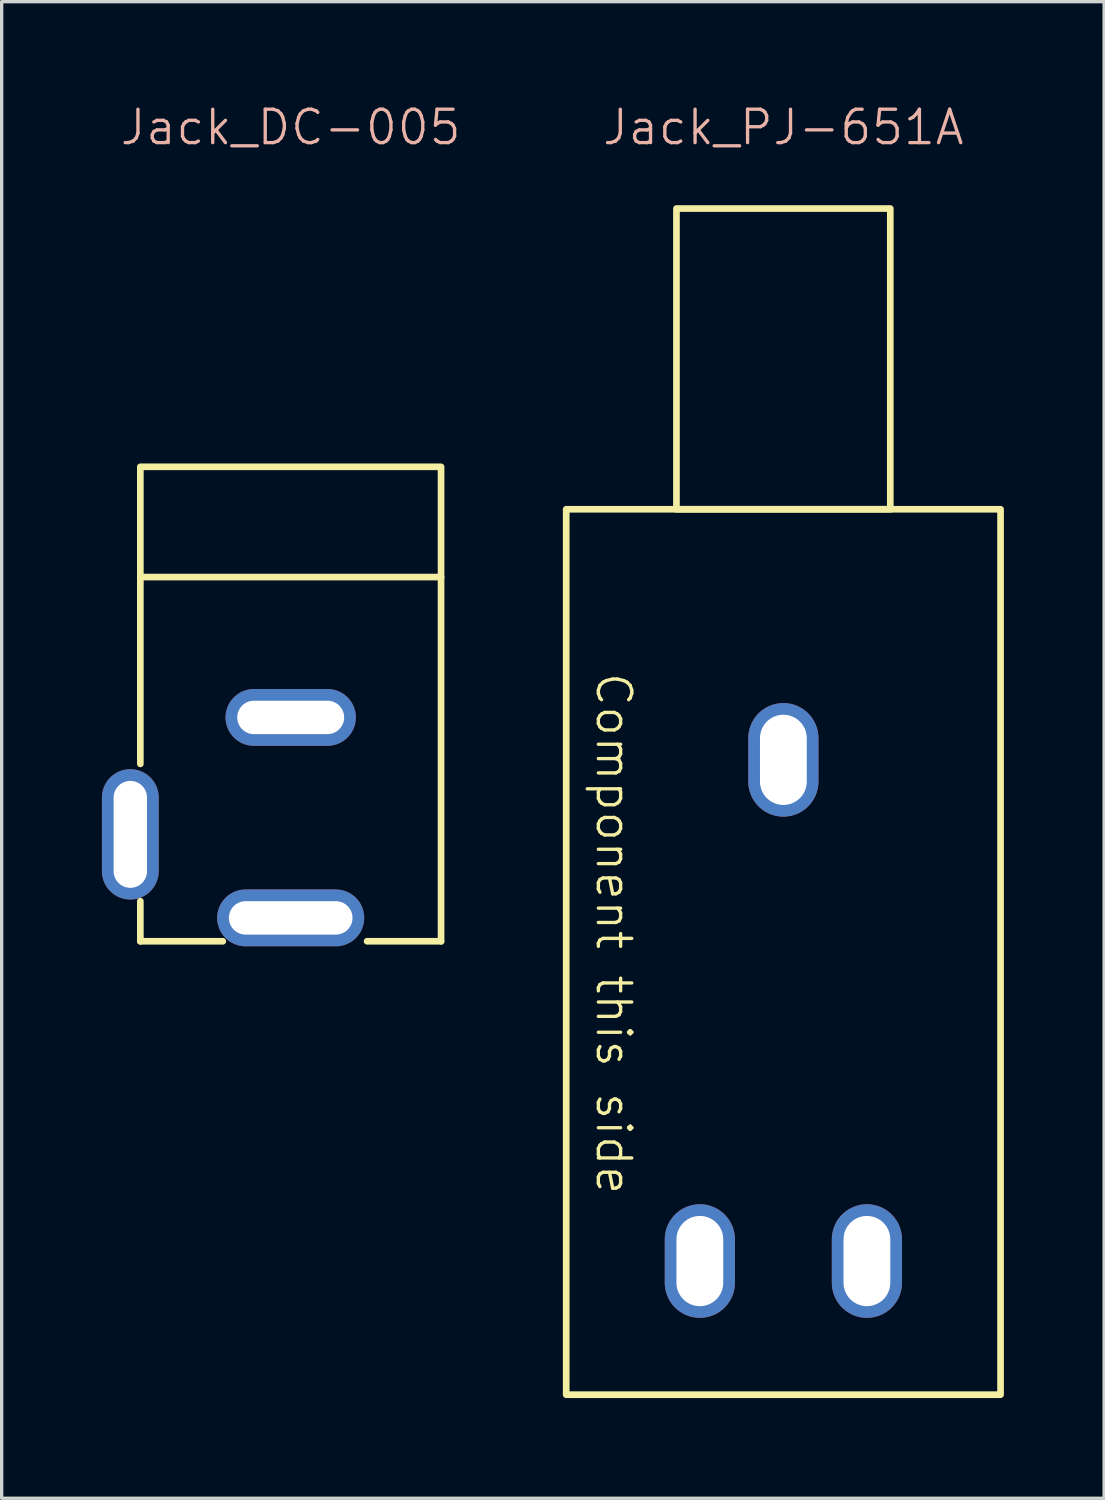
<source format=kicad_pcb>
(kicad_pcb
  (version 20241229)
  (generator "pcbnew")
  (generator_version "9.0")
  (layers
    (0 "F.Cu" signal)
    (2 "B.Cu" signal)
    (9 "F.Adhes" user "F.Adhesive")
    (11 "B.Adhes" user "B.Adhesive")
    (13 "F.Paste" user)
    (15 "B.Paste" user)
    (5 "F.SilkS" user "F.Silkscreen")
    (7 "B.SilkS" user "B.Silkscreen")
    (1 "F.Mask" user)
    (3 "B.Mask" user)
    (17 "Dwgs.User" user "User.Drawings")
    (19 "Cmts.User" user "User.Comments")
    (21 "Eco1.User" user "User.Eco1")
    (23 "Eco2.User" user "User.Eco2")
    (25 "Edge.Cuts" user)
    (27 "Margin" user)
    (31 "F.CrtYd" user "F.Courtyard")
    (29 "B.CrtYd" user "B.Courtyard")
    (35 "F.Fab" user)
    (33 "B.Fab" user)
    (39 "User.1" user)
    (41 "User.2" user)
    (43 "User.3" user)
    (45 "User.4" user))
  (footprint "Jack_PJ-651A"
    (layer "F.Cu")
    (at 20.395 12.191)
    (property "Reference" "Jack_PJ-651A" (at 0 -11.43 0) (unlocked yes) (layer "B.SilkS") (effects (font (size 1 1) (thickness 0.1))))
    (attr through_hole)
    (fp_rect (start -6.5 0) (end 6.5 26.5) (stroke (width 0.2) (type default)) (fill no) (layer "F.SilkS"))
    (fp_rect (start -3.2 -9) (end 3.2 0) (stroke (width 0.2) (type default)) (fill no) (layer "F.SilkS"))
    (fp_text user "Component this side" (at -5.08 12.7 270) (unlocked yes) (layer "F.SilkS") (effects (font (size 1 1) (thickness 0.1))))
    (pad "1" thru_hole oval (at -2.5 22.5 270) (size 3.4 2.1) (drill oval 2.7 1.4) (layers "*.Cu" "*.Mask"))
    (pad "2" thru_hole oval (at 2.5 22.5 270) (size 3.4 2.1) (drill oval 2.7 1.4) (layers "*.Cu" "*.Mask"))
    (pad "3" thru_hole oval (at 0 7.5 270) (size 3.4 2.1) (drill oval 2.7 1.4) (layers "*.Cu" "*.Mask")))
  (footprint "Jack_DC-005"
    (layer "F.Cu")
    (at 5.65 10.921)
    (property "Reference" "Jack_DC-005" (at 0 -10.16 0) (unlocked yes) (layer "B.SilkS") (effects (font (size 1 1) (thickness 0.1))))
    (attr through_hole)
    (fp_line (start -4.5 3.3) (end -4.5 8.89) (stroke (width 0.2) (type default)) (layer "F.SilkS"))
    (fp_line (start -4.5 14.2) (end -4.5 13) (stroke (width 0.2) (type default)) (layer "F.SilkS"))
    (fp_line (start -2.032 14.2) (end -4.5 14.2) (stroke (width 0.2) (type default)) (layer "F.SilkS"))
    (fp_line (start 2.286 14.2) (end 4.5 14.2) (stroke (width 0.2) (type default)) (layer "F.SilkS"))
    (fp_line (start 4.5 14.2) (end 4.5 3.3) (stroke (width 0.2) (type default)) (layer "F.SilkS"))
    (fp_rect (start -4.5 0) (end 4.5 3.3) (stroke (width 0.2) (type default)) (fill no) (layer "F.SilkS"))
    (pad "1" thru_hole oval (at 0 7.5 270) (size 1.7 3.9) (drill oval 1 3.2) (layers "*.Cu" "*.Mask"))
    (pad "2" thru_hole oval (at 0 13.5 270) (size 1.7 4.4) (drill oval 1 3.7) (layers "*.Cu" "*.Mask"))
    (pad "3" thru_hole oval (at -4.8 11 270) (size 3.9 1.7) (drill oval 3.2 1) (layers "*.Cu" "*.Mask")))
  (gr_rect
    (start -3 -3)
    (end 29.995 41.791)
    (stroke (width 0.1) (type default))
    (fill no)
    (layer "Edge.Cuts")))
</source>
